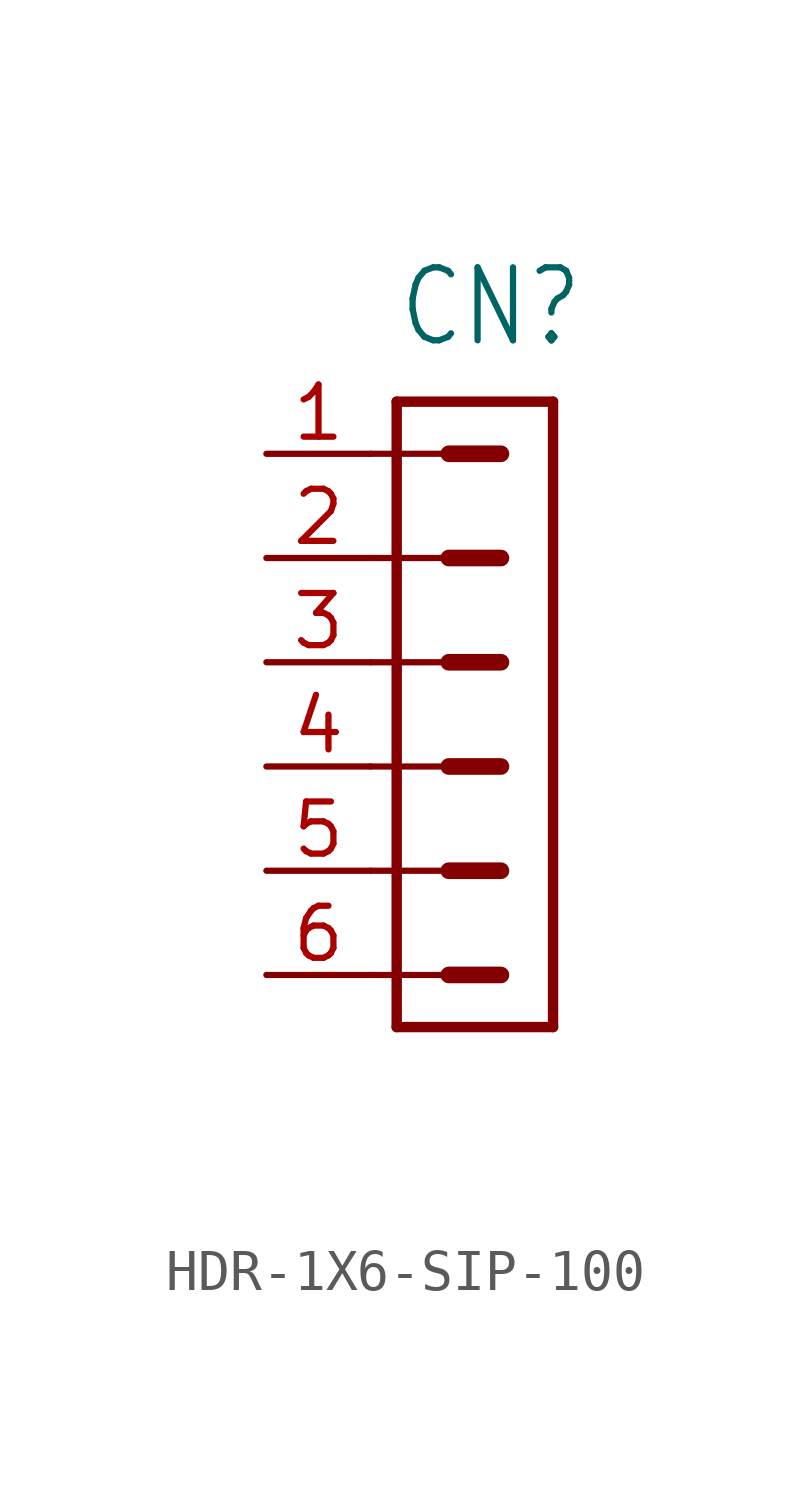
<source format=kicad_sym>
(kicad_symbol_lib
  (version 20220914)
  (generator kicad_symbol_editor)
  (symbol "HDR-1X6-SIP-100"
    (property "Reference" "CN"
      (at -1.905 7.62 0)
      (effects (font (size 1.778 1.511)) (justify left bottom)))
    (property "Value" ""
      (at -1.905 -11.748 0)
      (effects (font (size 1.778 1.511)) (justify left bottom)))
    (property "ki_locked" ""
      (at 0 0 0)
      (effects (font (size 1.27 1.27))))
    (symbol "HDR-1X6-SIP-100_1_0"
      (polyline (pts (xy -2.54 -7.62) (xy -0.635 -7.62)) (stroke (width 0.152) (type solid)) (fill (type none)))
      (polyline (pts (xy -2.54 -5.08) (xy -0.635 -5.08)) (stroke (width 0.152) (type solid)) (fill (type none)))
      (polyline (pts (xy -2.54 -2.54) (xy -0.635 -2.54)) (stroke (width 0.152) (type solid)) (fill (type none)))
      (polyline (pts (xy -2.54 0) (xy -0.635 0)) (stroke (width 0.152) (type solid)) (fill (type none)))
      (polyline (pts (xy -2.54 2.54) (xy -0.635 2.54)) (stroke (width 0.152) (type solid)) (fill (type none)))
      (polyline (pts (xy -2.54 5.08) (xy -0.635 5.08)) (stroke (width 0.152) (type solid)) (fill (type none)))
      (polyline (pts (xy -1.905 -8.89) (xy -1.905 6.35)) (stroke (width 0.254) (type solid)) (fill (type none)))
      (polyline (pts (xy -1.905 -8.89) (xy 1.905 -8.89)) (stroke (width 0.254) (type solid)) (fill (type none)))
      (polyline (pts (xy -0.635 -7.62) (xy 0.635 -7.62)) (stroke (width 0.406) (type solid)) (fill (type none)))
      (polyline (pts (xy -0.635 -5.08) (xy 0.635 -5.08)) (stroke (width 0.406) (type solid)) (fill (type none)))
      (polyline (pts (xy -0.635 -2.54) (xy 0.635 -2.54)) (stroke (width 0.406) (type solid)) (fill (type none)))
      (polyline (pts (xy -0.635 0) (xy 0.635 0)) (stroke (width 0.406) (type solid)) (fill (type none)))
      (polyline (pts (xy -0.635 2.54) (xy 0.635 2.54)) (stroke (width 0.406) (type solid)) (fill (type none)))
      (polyline (pts (xy -0.635 5.08) (xy 0.635 5.08)) (stroke (width 0.406) (type solid)) (fill (type none)))
      (polyline (pts (xy 1.905 6.35) (xy -1.905 6.35)) (stroke (width 0.254) (type solid)) (fill (type none)))
      (polyline (pts (xy 1.905 6.35) (xy 1.905 -8.89)) (stroke (width 0.254) (type solid)) (fill (type none)))
      (pin passive line (at -5.08 5.08 0) (length 2.54) (name "1" (effects (font (size 0 0)))) (number "1" (effects (font (size 1.27 1.27)))))
      (pin passive line (at -5.08 2.54 0) (length 2.54) (name "2" (effects (font (size 0 0)))) (number "2" (effects (font (size 1.27 1.27)))))
      (pin passive line (at -5.08 0 0) (length 2.54) (name "3" (effects (font (size 0 0)))) (number "3" (effects (font (size 1.27 1.27)))))
      (pin passive line (at -5.08 -2.54 0) (length 2.54) (name "4" (effects (font (size 0 0)))) (number "4" (effects (font (size 1.27 1.27)))))
      (pin passive line (at -5.08 -5.08 0) (length 2.54) (name "5" (effects (font (size 0 0)))) (number "5" (effects (font (size 1.27 1.27)))))
      (pin passive line (at -5.08 -7.62 0) (length 2.54) (name "6" (effects (font (size 0 0)))) (number "6" (effects (font (size 1.27 1.27))))))))
</source>
